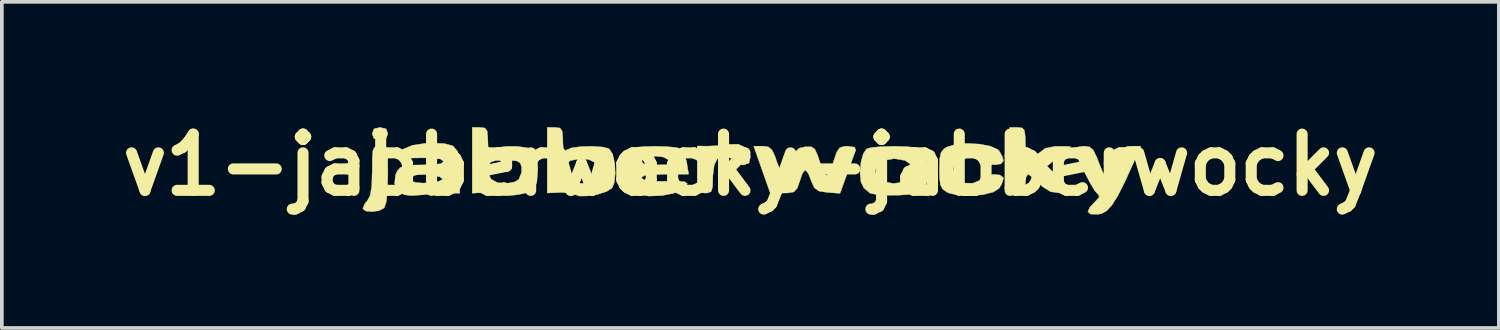
<source format=kicad_pcb>
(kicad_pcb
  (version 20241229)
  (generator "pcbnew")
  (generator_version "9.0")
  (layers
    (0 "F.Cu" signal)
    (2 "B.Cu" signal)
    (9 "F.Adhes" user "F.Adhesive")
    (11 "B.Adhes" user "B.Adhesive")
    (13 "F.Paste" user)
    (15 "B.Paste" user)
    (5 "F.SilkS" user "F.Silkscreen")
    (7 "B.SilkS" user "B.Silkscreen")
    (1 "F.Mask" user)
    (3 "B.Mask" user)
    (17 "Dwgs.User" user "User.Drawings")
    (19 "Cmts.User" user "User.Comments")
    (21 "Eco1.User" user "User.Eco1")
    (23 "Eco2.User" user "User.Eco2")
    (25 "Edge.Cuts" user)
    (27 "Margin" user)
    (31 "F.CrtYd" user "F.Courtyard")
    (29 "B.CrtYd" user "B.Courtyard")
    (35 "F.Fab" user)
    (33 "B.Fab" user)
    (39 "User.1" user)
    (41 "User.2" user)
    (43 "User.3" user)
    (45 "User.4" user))
  (footprint "v1-jabberwocky-jabberwocky"
    (layer "F.Cu")
    (at 17.279 1.418)
    (property "Reference" "v1-jabberwocky-jabberwocky" (at 0 0 0) (layer "F.SilkS") (effects (font (size 1.524 1.524) (thickness 0.3))))
    (attr through_hole)
    (fp_poly (pts (xy -9.867 -0.976) (xy -9.821 -0.847) (xy -9.871 -0.714) (xy -10.033 -0.677) (xy -10.199 -0.717) (xy -10.245 -0.847) (xy -10.195 -0.979) (xy -10.033 -1.016) (xy -9.867 -0.976)) (stroke (width 0.01) (type solid)) (fill yes) (layer "F.SilkS"))
    (fp_poly (pts (xy -9.934 -0.502) (xy -9.872 -0.464) (xy -9.838 -0.36) (xy -9.824 -0.159) (xy -9.821 0.171) (xy -9.821 0.279) (xy -9.833 0.712) (xy -9.867 1.013) (xy -9.92 1.165) (xy -9.923 1.168) (xy -10.063 1.24) (xy -10.251 1.267) (xy -10.419 1.25) (xy -10.498 1.186) (xy -10.499 1.179) (xy -10.444 1.05) (xy -10.372 0.962) (xy -10.299 0.825) (xy -10.258 0.576) (xy -10.245 0.189) (xy -10.245 0.163) (xy -10.242 -0.171) (xy -10.228 -0.37) (xy -10.191 -0.47) (xy -10.12 -0.504) (xy -10.033 -0.508) (xy -9.934 -0.502)) (stroke (width 0.01) (type solid)) (fill yes) (layer "F.SilkS"))
    (fp_poly (pts (xy -0.109 -0.457) (xy -0.004 -0.265) (xy 0 -0.209) (xy -0.036 -0.05) (xy -0.175 -0.001) (xy -0.212 0) (xy -0.371 -0.027) (xy -0.423 -0.079) (xy -0.494 -0.173) (xy -0.653 -0.219) (xy -0.826 -0.202) (xy -0.893 -0.166) (xy -0.978 -0.002) (xy -1.015 0.288) (xy -1.016 0.349) (xy -1.023 0.596) (xy -1.06 0.718) (xy -1.149 0.759) (xy -1.228 0.762) (xy -1.335 0.754) (xy -1.398 0.707) (xy -1.429 0.584) (xy -1.439 0.351) (xy -1.439 0.124) (xy -1.439 -0.513) (xy -1.164 -0.508) (xy -0.87 -0.522) (xy -0.624 -0.556) (xy -0.327 -0.561) (xy -0.109 -0.457)) (stroke (width 0.01) (type solid)) (fill yes) (layer "F.SilkS"))
    (fp_poly (pts (xy 7.365 -1.002) (xy 7.428 -0.931) (xy 7.449 -0.76) (xy 7.451 -0.598) (xy 7.468 -0.297) (xy 7.526 -0.154) (xy 7.633 -0.161) (xy 7.792 -0.299) (xy 7.995 -0.452) (xy 8.258 -0.503) (xy 8.333 -0.504) (xy 8.678 -0.499) (xy 8.359 -0.233) (xy 8.04 0.032) (xy 8.756 0.762) (xy 8.415 0.762) (xy 8.138 0.727) (xy 7.919 0.593) (xy 7.832 0.508) (xy 7.665 0.349) (xy 7.542 0.261) (xy 7.519 0.254) (xy 7.471 0.328) (xy 7.451 0.505) (xy 7.451 0.508) (xy 7.428 0.69) (xy 7.331 0.756) (xy 7.239 0.762) (xy 7.027 0.762) (xy 7.027 -1.016) (xy 7.239 -1.016) (xy 7.365 -1.002)) (stroke (width 0.01) (type solid)) (fill yes) (layer "F.SilkS"))
    (fp_poly (pts (xy 10.372 -0.035) (xy 10.141 0.471) (xy 9.955 0.839) (xy 9.798 1.089) (xy 9.657 1.242) (xy 9.516 1.32) (xy 9.419 1.339) (xy 9.219 1.332) (xy 9.144 1.268) (xy 9.202 1.146) (xy 9.335 1.003) (xy 9.453 0.873) (xy 9.435 0.801) (xy 9.411 0.789) (xy 9.331 0.697) (xy 9.21 0.497) (xy 9.074 0.237) (xy 8.945 -0.036) (xy 8.847 -0.273) (xy 8.806 -0.425) (xy 8.805 -0.431) (xy 8.879 -0.487) (xy 9.043 -0.508) (xy 9.19 -0.488) (xy 9.293 -0.401) (xy 9.386 -0.207) (xy 9.432 -0.085) (xy 9.527 0.152) (xy 9.609 0.305) (xy 9.644 0.339) (xy 9.707 0.267) (xy 9.806 0.084) (xy 9.882 -0.085) (xy 9.998 -0.333) (xy 10.1 -0.459) (xy 10.229 -0.504) (xy 10.321 -0.508) (xy 10.581 -0.508) (xy 10.372 -0.035)) (stroke (width 0.01) (type solid)) (fill yes) (layer "F.SilkS"))
    (fp_poly (pts (xy 4.199 -0.496) (xy 4.471 -0.474) (xy 4.636 -0.437) (xy 4.647 -0.431) (xy 4.723 -0.308) (xy 4.784 -0.081) (xy 4.802 0.054) (xy 4.808 0.389) (xy 4.736 0.609) (xy 4.562 0.74) (xy 4.26 0.804) (xy 4.01 0.821) (xy 3.685 0.822) (xy 3.405 0.801) (xy 3.241 0.765) (xy 3.078 0.625) (xy 2.998 0.465) (xy 2.972 0.21) (xy 2.974 0.182) (xy 3.387 0.182) (xy 3.459 0.348) (xy 3.641 0.46) (xy 3.878 0.504) (xy 4.115 0.47) (xy 4.27 0.375) (xy 4.393 0.175) (xy 4.363 0.002) (xy 4.196 -0.12) (xy 3.909 -0.169) (xy 3.895 -0.169) (xy 3.591 -0.12) (xy 3.422 0.025) (xy 3.387 0.182) (xy 2.974 0.182) (xy 2.997 -0.069) (xy 3.062 -0.308) (xy 3.151 -0.436) (xy 3.297 -0.474) (xy 3.558 -0.496) (xy 3.877 -0.504) (xy 4.199 -0.496)) (stroke (width 0.01) (type solid)) (fill yes) (layer "F.SilkS"))
    (fp_poly (pts (xy -5.158 -0.999) (xy -5.097 -0.916) (xy -5.08 -0.72) (xy -5.08 -0.66) (xy -5.07 -0.444) (xy -5.033 -0.374) (xy -4.978 -0.406) (xy -4.837 -0.463) (xy -4.59 -0.496) (xy -4.3 -0.505) (xy -4.029 -0.487) (xy -3.84 -0.442) (xy -3.82 -0.431) (xy -3.73 -0.292) (xy -3.675 -0.05) (xy -3.66 0.23) (xy -3.688 0.483) (xy -3.747 0.625) (xy -3.89 0.719) (xy -4.127 0.795) (xy -4.394 0.84) (xy -4.628 0.844) (xy -4.762 0.799) (xy -4.881 0.761) (xy -5.096 0.746) (xy -5.164 0.748) (xy -5.503 0.761) (xy -5.503 0.182) (xy -5.08 0.182) (xy -5.007 0.352) (xy -4.82 0.464) (xy -4.57 0.503) (xy -4.307 0.456) (xy -4.228 0.42) (xy -4.073 0.275) (xy -4.059 0.11) (xy -4.166 -0.041) (xy -4.373 -0.144) (xy -4.572 -0.169) (xy -4.876 -0.12) (xy -5.045 0.025) (xy -5.08 0.182) (xy -5.503 0.182) (xy -5.503 -1.016) (xy -5.292 -1.016) (xy -5.158 -0.999)) (stroke (width 0.01) (type solid)) (fill yes) (layer "F.SilkS"))
    (fp_poly (pts (xy 6.212 -0.564) (xy 6.505 -0.507) (xy 6.706 -0.417) (xy 6.741 -0.381) (xy 6.835 -0.209) (xy 6.858 -0.111) (xy 6.789 -0.028) (xy 6.627 -0.002) (xy 6.436 -0.029) (xy 6.283 -0.108) (xy 6.265 -0.127) (xy 6.089 -0.228) (xy 5.851 -0.248) (xy 5.643 -0.183) (xy 5.605 -0.152) (xy 5.52 0.013) (xy 5.503 0.127) (xy 5.549 0.321) (xy 5.605 0.406) (xy 5.792 0.493) (xy 6.03 0.495) (xy 6.231 0.414) (xy 6.265 0.381) (xy 6.406 0.293) (xy 6.594 0.257) (xy 6.766 0.274) (xy 6.856 0.347) (xy 6.858 0.365) (xy 6.811 0.518) (xy 6.741 0.635) (xy 6.583 0.736) (xy 6.313 0.804) (xy 5.989 0.835) (xy 5.665 0.825) (xy 5.399 0.77) (xy 5.334 0.742) (xy 5.214 0.66) (xy 5.15 0.544) (xy 5.126 0.344) (xy 5.122 0.127) (xy 5.13 -0.162) (xy 5.165 -0.332) (xy 5.243 -0.432) (xy 5.334 -0.488) (xy 5.57 -0.558) (xy 5.882 -0.582) (xy 6.212 -0.564)) (stroke (width 0.01) (type solid)) (fill yes) (layer "F.SilkS"))
    (fp_poly (pts (xy -7.19 -0.999) (xy -7.129 -0.916) (xy -7.112 -0.72) (xy -7.112 -0.66) (xy -7.102 -0.444) (xy -7.065 -0.374) (xy -7.01 -0.406) (xy -6.859 -0.47) (xy -6.605 -0.502) (xy -6.316 -0.501) (xy -6.054 -0.466) (xy -5.921 -0.42) (xy -5.821 -0.329) (xy -5.771 -0.164) (xy -5.757 0.12) (xy -5.786 0.471) (xy -5.874 0.667) (xy -5.887 0.68) (xy -6.045 0.751) (xy -6.287 0.805) (xy -6.551 0.834) (xy -6.772 0.831) (xy -6.882 0.795) (xy -7.005 0.755) (xy -7.216 0.746) (xy -7.242 0.748) (xy -7.535 0.767) (xy -7.535 0.068) (xy -7.097 0.068) (xy -7.078 0.275) (xy -7.023 0.386) (xy -6.854 0.479) (xy -6.613 0.504) (xy -6.383 0.461) (xy -6.269 0.386) (xy -6.199 0.208) (xy -6.195 0.068) (xy -6.231 -0.049) (xy -6.325 -0.107) (xy -6.522 -0.126) (xy -6.646 -0.127) (xy -6.901 -0.118) (xy -7.032 -0.079) (xy -7.087 0.011) (xy -7.097 0.068) (xy -7.535 0.068) (xy -7.535 -1.016) (xy -7.324 -1.016) (xy -7.19 -0.999)) (stroke (width 0.01) (type solid)) (fill yes) (layer "F.SilkS"))
    (fp_poly (pts (xy -2.257 -0.495) (xy -2.007 -0.471) (xy -1.881 -0.436) (xy -1.796 -0.313) (xy -1.729 -0.098) (xy -1.722 -0.057) (xy -1.671 0.254) (xy -2.324 0.254) (xy -2.67 0.262) (xy -2.869 0.287) (xy -2.942 0.333) (xy -2.94 0.36) (xy -2.852 0.419) (xy -2.629 0.446) (xy -2.291 0.444) (xy -1.961 0.439) (xy -1.776 0.458) (xy -1.711 0.503) (xy -1.714 0.528) (xy -1.84 0.666) (xy -2.086 0.77) (xy -2.404 0.832) (xy -2.748 0.844) (xy -3.069 0.8) (xy -3.194 0.76) (xy -3.357 0.624) (xy -3.437 0.465) (xy -3.463 0.21) (xy -3.438 -0.069) (xy -3.428 -0.106) (xy -2.943 -0.106) (xy -2.908 -0.039) (xy -2.737 -0.006) (xy -2.537 0) (xy -2.285 -0.006) (xy -2.173 -0.031) (xy -2.172 -0.086) (xy -2.205 -0.131) (xy -2.352 -0.212) (xy -2.568 -0.238) (xy -2.782 -0.213) (xy -2.924 -0.138) (xy -2.943 -0.106) (xy -3.428 -0.106) (xy -3.373 -0.308) (xy -3.284 -0.436) (xy -3.137 -0.474) (xy -2.879 -0.497) (xy -2.566 -0.504) (xy -2.257 -0.495)) (stroke (width 0.01) (type solid)) (fill yes) (layer "F.SilkS"))
    (fp_poly (pts (xy 0.484 -0.49) (xy 0.584 -0.41) (xy 0.671 -0.226) (xy 0.721 -0.079) (xy 0.809 0.148) (xy 0.884 0.281) (xy 0.917 0.296) (xy 0.977 0.19) (xy 1.064 -0.015) (xy 1.101 -0.111) (xy 1.205 -0.341) (xy 1.323 -0.453) (xy 1.489 -0.491) (xy 1.648 -0.492) (xy 1.746 -0.43) (xy 1.823 -0.263) (xy 1.868 -0.124) (xy 1.953 0.107) (xy 2.033 0.255) (xy 2.065 0.282) (xy 2.13 0.217) (xy 2.212 0.035) (xy 2.259 -0.106) (xy 2.339 -0.347) (xy 2.423 -0.466) (xy 2.55 -0.505) (xy 2.636 -0.508) (xy 2.825 -0.48) (xy 2.857 -0.402) (xy 2.809 -0.272) (xy 2.722 -0.035) (xy 2.623 0.237) (xy 2.43 0.77) (xy 2.09 0.745) (xy 1.86 0.71) (xy 1.735 0.621) (xy 1.658 0.451) (xy 1.563 0.212) (xy 1.486 0.138) (xy 1.413 0.226) (xy 1.347 0.415) (xy 1.271 0.633) (xy 1.176 0.733) (xy 1.003 0.761) (xy 0.891 0.762) (xy 0.539 0.762) (xy 0.315 0.127) (xy 0.092 -0.508) (xy 0.335 -0.508) (xy 0.484 -0.49)) (stroke (width 0.01) (type solid)) (fill yes) (layer "F.SilkS"))
    (fp_poly (pts (xy -8.285 -0.578) (xy -8.056 -0.514) (xy -7.932 -0.369) (xy -7.882 -0.112) (xy -7.874 0.175) (xy -7.874 0.767) (xy -8.149 0.763) (xy -8.394 0.77) (xy -8.715 0.794) (xy -8.896 0.812) (xy -9.193 0.833) (xy -9.378 0.808) (xy -9.503 0.729) (xy -9.51 0.723) (xy -9.639 0.51) (xy -9.624 0.376) (xy -9.195 0.376) (xy -9.184 0.427) (xy -9.078 0.475) (xy -8.88 0.492) (xy -8.651 0.483) (xy -8.452 0.45) (xy -8.345 0.397) (xy -8.34 0.381) (xy -8.414 0.323) (xy -8.595 0.281) (xy -8.821 0.26) (xy -9.03 0.269) (xy -9.116 0.29) (xy -9.195 0.376) (xy -9.624 0.376) (xy -9.612 0.266) (xy -9.564 0.164) (xy -9.491 0.076) (xy -9.363 0.026) (xy -9.137 0.004) (xy -8.88 0) (xy -8.552 -0.009) (xy -8.372 -0.037) (xy -8.317 -0.089) (xy -8.32 -0.106) (xy -8.409 -0.165) (xy -8.632 -0.192) (xy -8.97 -0.19) (xy -9.3 -0.185) (xy -9.485 -0.204) (xy -9.549 -0.249) (xy -9.547 -0.274) (xy -9.414 -0.425) (xy -9.149 -0.533) (xy -8.785 -0.587) (xy -8.652 -0.591) (xy -8.285 -0.578)) (stroke (width 0.01) (type solid)) (fill yes) (layer "F.SilkS")))
  (gr_rect
    (start -3 -3)
    (end 37.559 5.836)
    (stroke (width 0.1) (type default))
    (fill no)
    (layer "Edge.Cuts")))
</source>
